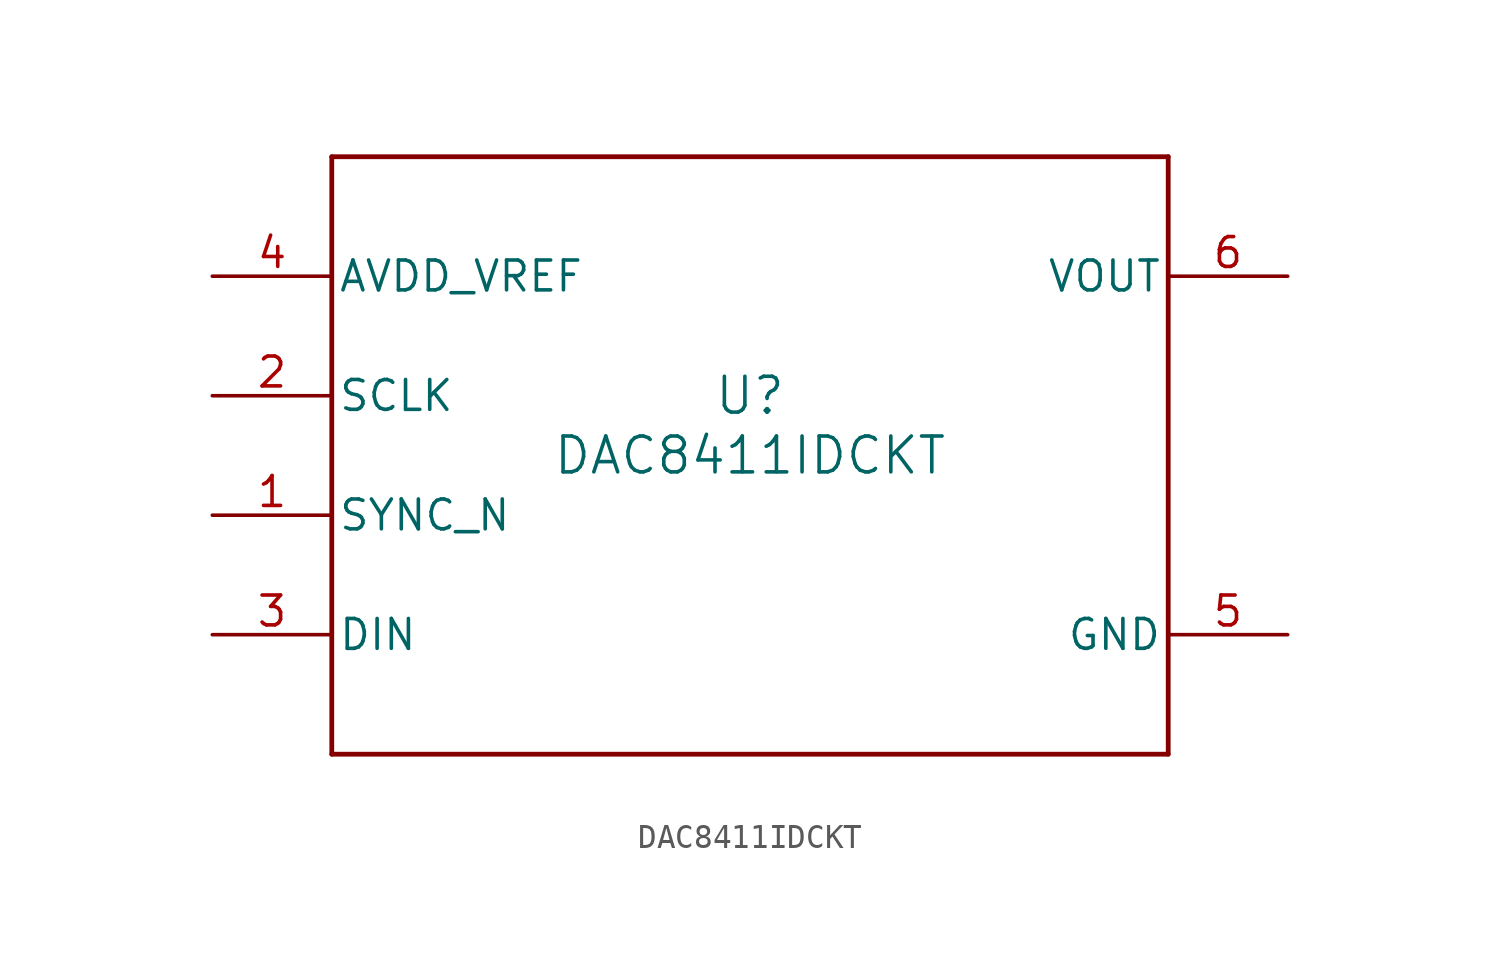
<source format=kicad_sym>
(kicad_symbol_lib
  (version 20211014)
  (generator kicad_symbol_editor)
  (symbol "DAC8411IDCKT"
    (pin_names
      (offset 0.254))
    (property "Reference" "U"
      (at 0 2.54 0)
      (effects (font (size 1.524 1.524))))
    (property "Value" "DAC8411IDCKT"
      (at 0 0 0)
      (effects (font (size 1.524 1.524))))
    (polyline
      (pts (xy -17.78 -12.7) (xy 17.78 -12.7))
      (stroke (width 0.203) (type default) (color 0 0 0 0))
      (fill (type none)))
    (polyline
      (pts (xy 17.78 -12.7) (xy 17.78 12.7))
      (stroke (width 0.203) (type default) (color 0 0 0 0))
      (fill (type none)))
    (polyline
      (pts (xy 17.78 12.7) (xy -17.78 12.7))
      (stroke (width 0.203) (type default) (color 0 0 0 0))
      (fill (type none)))
    (polyline
      (pts (xy -17.78 12.7) (xy -17.78 -12.7))
      (stroke (width 0.203) (type default) (color 0 0 0 0))
      (fill (type none)))
    (pin input line
      (at -22.86 -2.54 0)
      (length 5.08)
      (name "SYNC_N" (effects (font (size 1.27 1.27))))
      (number "1" (effects (font (size 1.27 1.27)))))
    (pin input line
      (at -22.86 2.54 0)
      (length 5.08)
      (name "SCLK" (effects (font (size 1.27 1.27))))
      (number "2" (effects (font (size 1.27 1.27)))))
    (pin input line
      (at -22.86 -7.62 0)
      (length 5.08)
      (name "DIN" (effects (font (size 1.27 1.27))))
      (number "3" (effects (font (size 1.27 1.27)))))
    (pin power_in line
      (at -22.86 7.62 0)
      (length 5.08)
      (name "AVDD_VREF" (effects (font (size 1.27 1.27))))
      (number "4" (effects (font (size 1.27 1.27)))))
    (pin power_in line
      (at 22.86 -7.62 180)
      (length 5.08)
      (name "GND" (effects (font (size 1.27 1.27))))
      (number "5" (effects (font (size 1.27 1.27)))))
    (pin output line
      (at 22.86 7.62 180)
      (length 5.08)
      (name "VOUT" (effects (font (size 1.27 1.27))))
      (number "6" (effects (font (size 1.27 1.27)))))))
</source>
